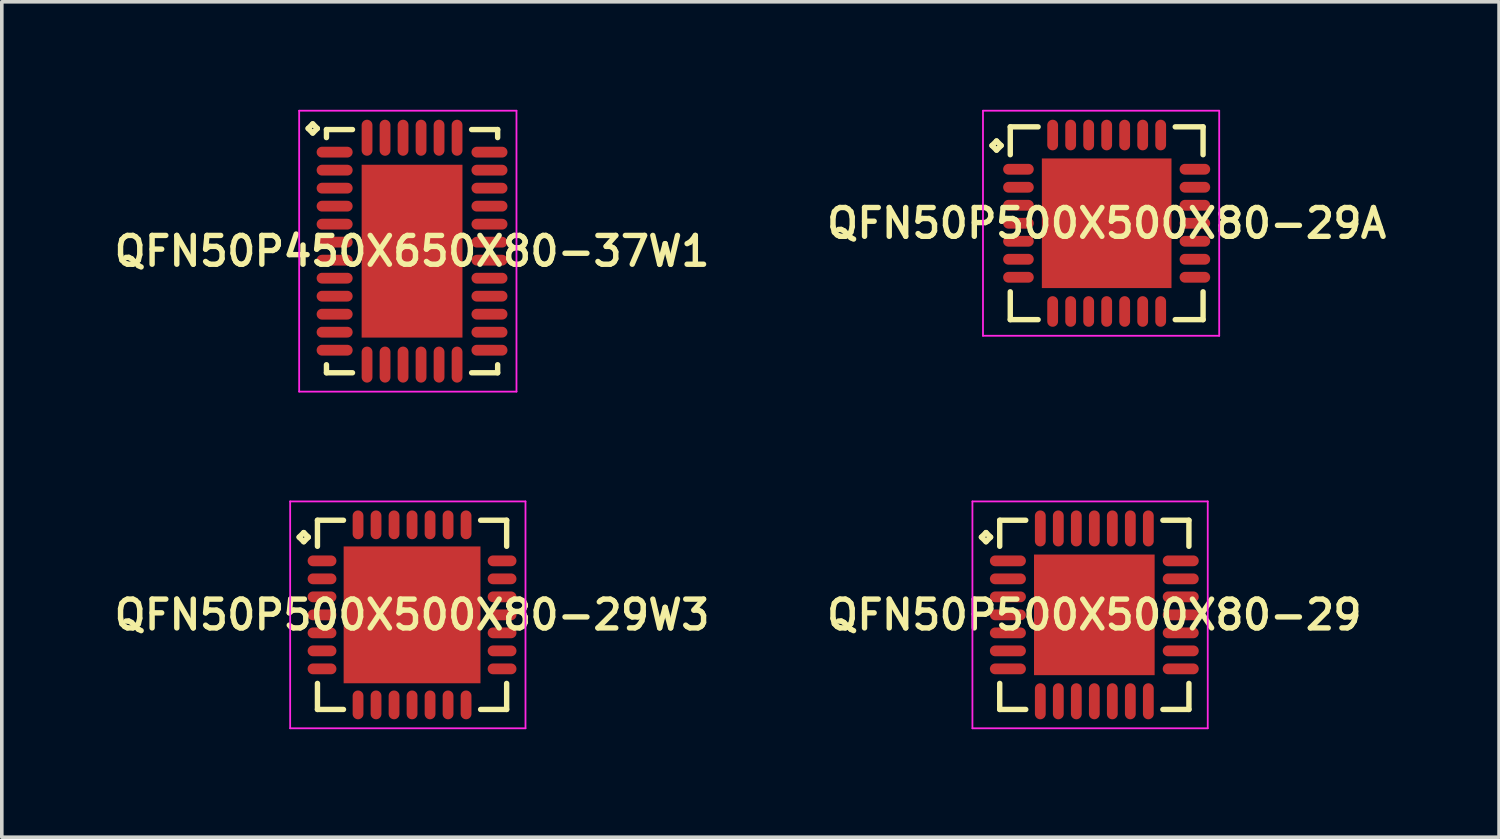
<source format=kicad_pcb>
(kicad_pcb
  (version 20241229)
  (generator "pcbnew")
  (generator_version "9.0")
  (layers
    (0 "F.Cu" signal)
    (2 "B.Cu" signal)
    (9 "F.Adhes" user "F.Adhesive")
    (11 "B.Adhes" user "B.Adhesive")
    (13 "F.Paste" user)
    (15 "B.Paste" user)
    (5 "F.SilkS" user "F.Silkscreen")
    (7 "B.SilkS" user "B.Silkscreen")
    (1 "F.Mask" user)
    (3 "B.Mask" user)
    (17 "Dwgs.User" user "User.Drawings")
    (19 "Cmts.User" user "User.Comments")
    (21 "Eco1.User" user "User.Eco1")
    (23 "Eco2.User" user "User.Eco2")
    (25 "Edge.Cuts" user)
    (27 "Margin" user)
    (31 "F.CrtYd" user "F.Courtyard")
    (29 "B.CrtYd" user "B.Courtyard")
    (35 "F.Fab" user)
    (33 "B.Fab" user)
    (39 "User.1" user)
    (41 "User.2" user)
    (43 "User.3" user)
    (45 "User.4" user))
  (footprint "QFN50P500X500X80-29A"
    (layer "F.Cu")
    (at 27.683 3.15)
    (property "Reference" "QFN50P500X500X80-29A" (at 0 0 0) (layer "F.SilkS") (effects (font (size 0.8 0.8) (thickness 0.15))))
    (attr smd)
    (fp_line (start -3.185 -2.158) (end -3.058 -2.285) (stroke (width 0.15) (type solid)) (layer "F.SilkS"))
    (fp_line (start -3.058 -2.285) (end -2.931 -2.158) (stroke (width 0.15) (type solid)) (layer "F.SilkS"))
    (fp_line (start -3.058 -2.031) (end -3.185 -2.158) (stroke (width 0.15) (type solid)) (layer "F.SilkS"))
    (fp_line (start -2.931 -2.158) (end -3.058 -2.031) (stroke (width 0.15) (type solid)) (layer "F.SilkS"))
    (fp_line (start -2.677 -2.677) (end -1.904 -2.677) (stroke (width 0.15) (type solid)) (layer "F.SilkS"))
    (fp_line (start -2.677 -1.904) (end -2.677 -2.677) (stroke (width 0.15) (type solid)) (layer "F.SilkS"))
    (fp_line (start -2.677 1.904) (end -2.677 2.677) (stroke (width 0.15) (type solid)) (layer "F.SilkS"))
    (fp_line (start -2.677 2.677) (end -1.904 2.677) (stroke (width 0.15) (type solid)) (layer "F.SilkS"))
    (fp_line (start 1.904 -2.677) (end 2.677 -2.677) (stroke (width 0.15) (type solid)) (layer "F.SilkS"))
    (fp_line (start 1.904 2.677) (end 2.677 2.677) (stroke (width 0.15) (type solid)) (layer "F.SilkS"))
    (fp_line (start 2.677 -2.677) (end 2.677 -1.904) (stroke (width 0.15) (type solid)) (layer "F.SilkS"))
    (fp_line (start 2.677 2.677) (end 2.677 1.904) (stroke (width 0.15) (type solid)) (layer "F.SilkS"))
    (fp_line (start -3.435 -3.125) (end 3.125 -3.125) (stroke (width 0.05) (type solid)) (layer "F.CrtYd"))
    (fp_line (start -3.435 3.125) (end -3.435 -3.125) (stroke (width 0.05) (type solid)) (layer "F.CrtYd"))
    (fp_line (start 3.125 -3.125) (end 3.125 3.125) (stroke (width 0.05) (type solid)) (layer "F.CrtYd"))
    (fp_line (start 3.125 3.125) (end -3.435 3.125) (stroke (width 0.05) (type solid)) (layer "F.CrtYd"))
    (pad "1" smd oval (at -2.45 -1.5) (size 0.85 0.3) (layers "F.Cu" "F.Mask" "F.Paste"))
    (pad "2" smd oval (at -2.45 -1) (size 0.85 0.3) (layers "F.Cu" "F.Mask" "F.Paste"))
    (pad "3" smd oval (at -2.45 -0.5) (size 0.85 0.3) (layers "F.Cu" "F.Mask" "F.Paste"))
    (pad "4" smd oval (at -2.45 0) (size 0.85 0.3) (layers "F.Cu" "F.Mask" "F.Paste"))
    (pad "5" smd oval (at -2.45 0.5) (size 0.85 0.3) (layers "F.Cu" "F.Mask" "F.Paste"))
    (pad "6" smd oval (at -2.45 1) (size 0.85 0.3) (layers "F.Cu" "F.Mask" "F.Paste"))
    (pad "7" smd oval (at -2.45 1.5) (size 0.85 0.3) (layers "F.Cu" "F.Mask" "F.Paste"))
    (pad "8" smd oval (at -1.5 2.45) (size 0.3 0.85) (layers "F.Cu" "F.Mask" "F.Paste"))
    (pad "9" smd oval (at -1 2.45) (size 0.3 0.85) (layers "F.Cu" "F.Mask" "F.Paste"))
    (pad "10" smd oval (at -0.5 2.45) (size 0.3 0.85) (layers "F.Cu" "F.Mask" "F.Paste"))
    (pad "11" smd oval (at 0 2.45) (size 0.3 0.85) (layers "F.Cu" "F.Mask" "F.Paste"))
    (pad "12" smd oval (at 0.5 2.45) (size 0.3 0.85) (layers "F.Cu" "F.Mask" "F.Paste"))
    (pad "13" smd oval (at 1 2.45) (size 0.3 0.85) (layers "F.Cu" "F.Mask" "F.Paste"))
    (pad "14" smd oval (at 1.5 2.45) (size 0.3 0.85) (layers "F.Cu" "F.Mask" "F.Paste"))
    (pad "15" smd oval (at 2.45 1.5) (size 0.85 0.3) (layers "F.Cu" "F.Mask" "F.Paste"))
    (pad "16" smd oval (at 2.45 1) (size 0.85 0.3) (layers "F.Cu" "F.Mask" "F.Paste"))
    (pad "17" smd oval (at 2.45 0.5) (size 0.85 0.3) (layers "F.Cu" "F.Mask" "F.Paste"))
    (pad "18" smd oval (at 2.45 0) (size 0.85 0.3) (layers "F.Cu" "F.Mask" "F.Paste"))
    (pad "19" smd oval (at 2.45 -0.5) (size 0.85 0.3) (layers "F.Cu" "F.Mask" "F.Paste"))
    (pad "20" smd oval (at 2.45 -1) (size 0.85 0.3) (layers "F.Cu" "F.Mask" "F.Paste"))
    (pad "21" smd oval (at 2.45 -1.5) (size 0.85 0.3) (layers "F.Cu" "F.Mask" "F.Paste"))
    (pad "22" smd oval (at 1.5 -2.45) (size 0.3 0.85) (layers "F.Cu" "F.Mask" "F.Paste"))
    (pad "23" smd oval (at 1 -2.45) (size 0.3 0.85) (layers "F.Cu" "F.Mask" "F.Paste"))
    (pad "24" smd oval (at 0.5 -2.45) (size 0.3 0.85) (layers "F.Cu" "F.Mask" "F.Paste"))
    (pad "25" smd oval (at 0 -2.45) (size 0.3 0.85) (layers "F.Cu" "F.Mask" "F.Paste"))
    (pad "26" smd oval (at -0.5 -2.45) (size 0.3 0.85) (layers "F.Cu" "F.Mask" "F.Paste"))
    (pad "27" smd oval (at -1 -2.45) (size 0.3 0.85) (layers "F.Cu" "F.Mask" "F.Paste"))
    (pad "28" smd oval (at -1.5 -2.45) (size 0.3 0.85) (layers "F.Cu" "F.Mask" "F.Paste"))
    (pad "29" smd rect (at 0 0) (size 3.6 3.6) (layers "F.Cu" "F.Mask" "F.Paste")))
  (footprint "QFN50P500X500X80-29"
    (layer "F.Cu")
    (at 27.34 14.025)
    (property "Reference" "QFN50P500X500X80-29" (at 0 0 0) (layer "F.SilkS") (effects (font (size 0.8 0.8) (thickness 0.15))))
    (attr smd)
    (fp_line (start -3.135 -2.158) (end -3.008 -2.285) (stroke (width 0.15) (type solid)) (layer "F.SilkS"))
    (fp_line (start -3.008 -2.285) (end -2.881 -2.158) (stroke (width 0.15) (type solid)) (layer "F.SilkS"))
    (fp_line (start -3.008 -2.031) (end -3.135 -2.158) (stroke (width 0.15) (type solid)) (layer "F.SilkS"))
    (fp_line (start -2.881 -2.158) (end -3.008 -2.031) (stroke (width 0.15) (type solid)) (layer "F.SilkS"))
    (fp_line (start -2.627 -2.627) (end -1.904 -2.627) (stroke (width 0.15) (type solid)) (layer "F.SilkS"))
    (fp_line (start -2.627 -1.904) (end -2.627 -2.627) (stroke (width 0.15) (type solid)) (layer "F.SilkS"))
    (fp_line (start -2.627 1.904) (end -2.627 2.627) (stroke (width 0.15) (type solid)) (layer "F.SilkS"))
    (fp_line (start -2.627 2.627) (end -1.904 2.627) (stroke (width 0.15) (type solid)) (layer "F.SilkS"))
    (fp_line (start 1.904 -2.627) (end 2.627 -2.627) (stroke (width 0.15) (type solid)) (layer "F.SilkS"))
    (fp_line (start 1.904 2.627) (end 2.627 2.627) (stroke (width 0.15) (type solid)) (layer "F.SilkS"))
    (fp_line (start 2.627 -2.627) (end 2.627 -1.904) (stroke (width 0.15) (type solid)) (layer "F.SilkS"))
    (fp_line (start 2.627 2.627) (end 2.627 1.904) (stroke (width 0.15) (type solid)) (layer "F.SilkS"))
    (fp_line (start -3.385 -3.15) (end 3.15 -3.15) (stroke (width 0.05) (type solid)) (layer "F.CrtYd"))
    (fp_line (start -3.385 3.15) (end -3.385 -3.15) (stroke (width 0.05) (type solid)) (layer "F.CrtYd"))
    (fp_line (start 3.15 -3.15) (end 3.15 3.15) (stroke (width 0.05) (type solid)) (layer "F.CrtYd"))
    (fp_line (start 3.15 3.15) (end -3.385 3.15) (stroke (width 0.05) (type solid)) (layer "F.CrtYd"))
    (pad "1" smd oval (at -2.4 -1.5) (size 1 0.3) (layers "F.Cu" "F.Mask" "F.Paste"))
    (pad "2" smd oval (at -2.4 -1) (size 1 0.3) (layers "F.Cu" "F.Mask" "F.Paste"))
    (pad "3" smd oval (at -2.4 -0.5) (size 1 0.3) (layers "F.Cu" "F.Mask" "F.Paste"))
    (pad "4" smd oval (at -2.4 0) (size 1 0.3) (layers "F.Cu" "F.Mask" "F.Paste"))
    (pad "5" smd oval (at -2.4 0.5) (size 1 0.3) (layers "F.Cu" "F.Mask" "F.Paste"))
    (pad "6" smd oval (at -2.4 1) (size 1 0.3) (layers "F.Cu" "F.Mask" "F.Paste"))
    (pad "7" smd oval (at -2.4 1.5) (size 1 0.3) (layers "F.Cu" "F.Mask" "F.Paste"))
    (pad "8" smd oval (at -1.5 2.4) (size 0.3 1) (layers "F.Cu" "F.Mask" "F.Paste"))
    (pad "9" smd oval (at -1 2.4) (size 0.3 1) (layers "F.Cu" "F.Mask" "F.Paste"))
    (pad "10" smd oval (at -0.5 2.4) (size 0.3 1) (layers "F.Cu" "F.Mask" "F.Paste"))
    (pad "11" smd oval (at 0 2.4) (size 0.3 1) (layers "F.Cu" "F.Mask" "F.Paste"))
    (pad "12" smd oval (at 0.5 2.4) (size 0.3 1) (layers "F.Cu" "F.Mask" "F.Paste"))
    (pad "13" smd oval (at 1 2.4) (size 0.3 1) (layers "F.Cu" "F.Mask" "F.Paste"))
    (pad "14" smd oval (at 1.5 2.4) (size 0.3 1) (layers "F.Cu" "F.Mask" "F.Paste"))
    (pad "15" smd oval (at 2.4 1.5) (size 1 0.3) (layers "F.Cu" "F.Mask" "F.Paste"))
    (pad "16" smd oval (at 2.4 1) (size 1 0.3) (layers "F.Cu" "F.Mask" "F.Paste"))
    (pad "17" smd oval (at 2.4 0.5) (size 1 0.3) (layers "F.Cu" "F.Mask" "F.Paste"))
    (pad "18" smd oval (at 2.4 0) (size 1 0.3) (layers "F.Cu" "F.Mask" "F.Paste"))
    (pad "19" smd oval (at 2.4 -0.5) (size 1 0.3) (layers "F.Cu" "F.Mask" "F.Paste"))
    (pad "20" smd oval (at 2.4 -1) (size 1 0.3) (layers "F.Cu" "F.Mask" "F.Paste"))
    (pad "21" smd oval (at 2.4 -1.5) (size 1 0.3) (layers "F.Cu" "F.Mask" "F.Paste"))
    (pad "22" smd oval (at 1.5 -2.4) (size 0.3 1) (layers "F.Cu" "F.Mask" "F.Paste"))
    (pad "23" smd oval (at 1 -2.4) (size 0.3 1) (layers "F.Cu" "F.Mask" "F.Paste"))
    (pad "24" smd oval (at 0.5 -2.4) (size 0.3 1) (layers "F.Cu" "F.Mask" "F.Paste"))
    (pad "25" smd oval (at 0 -2.4) (size 0.3 1) (layers "F.Cu" "F.Mask" "F.Paste"))
    (pad "26" smd oval (at -0.5 -2.4) (size 0.3 1) (layers "F.Cu" "F.Mask" "F.Paste"))
    (pad "27" smd oval (at -1 -2.4) (size 0.3 1) (layers "F.Cu" "F.Mask" "F.Paste"))
    (pad "28" smd oval (at -1.5 -2.4) (size 0.3 1) (layers "F.Cu" "F.Mask" "F.Paste"))
    (pad "29" smd rect (at 0 0) (size 3.35 3.35) (layers "F.Cu" "F.Mask" "F.Paste")))
  (footprint "QFN50P450X650X80-37W1"
    (layer "F.Cu")
    (at 8.393 3.925)
    (property "Reference" "QFN50P450X650X80-37W1" (at 0 0 0) (layer "F.SilkS") (effects (font (size 0.8 0.8) (thickness 0.15))))
    (attr smd)
    (fp_line (start -2.885 -3.408) (end -2.758 -3.535) (stroke (width 0.15) (type solid)) (layer "F.SilkS"))
    (fp_line (start -2.758 -3.535) (end -2.631 -3.408) (stroke (width 0.15) (type solid)) (layer "F.SilkS"))
    (fp_line (start -2.758 -3.281) (end -2.885 -3.408) (stroke (width 0.15) (type solid)) (layer "F.SilkS"))
    (fp_line (start -2.631 -3.408) (end -2.758 -3.281) (stroke (width 0.15) (type solid)) (layer "F.SilkS"))
    (fp_line (start -2.377 -3.377) (end -1.654 -3.377) (stroke (width 0.15) (type solid)) (layer "F.SilkS"))
    (fp_line (start -2.377 -3.154) (end -2.377 -3.377) (stroke (width 0.15) (type solid)) (layer "F.SilkS"))
    (fp_line (start -2.377 3.154) (end -2.377 3.377) (stroke (width 0.15) (type solid)) (layer "F.SilkS"))
    (fp_line (start -2.377 3.377) (end -1.654 3.377) (stroke (width 0.15) (type solid)) (layer "F.SilkS"))
    (fp_line (start 1.654 -3.377) (end 2.377 -3.377) (stroke (width 0.15) (type solid)) (layer "F.SilkS"))
    (fp_line (start 1.654 3.377) (end 2.377 3.377) (stroke (width 0.15) (type solid)) (layer "F.SilkS"))
    (fp_line (start 2.377 -3.377) (end 2.377 -3.154) (stroke (width 0.15) (type solid)) (layer "F.SilkS"))
    (fp_line (start 2.377 3.377) (end 2.377 3.154) (stroke (width 0.15) (type solid)) (layer "F.SilkS"))
    (fp_line (start -3.135 -3.9) (end 2.9 -3.9) (stroke (width 0.05) (type solid)) (layer "F.CrtYd"))
    (fp_line (start -3.135 3.9) (end -3.135 -3.9) (stroke (width 0.05) (type solid)) (layer "F.CrtYd"))
    (fp_line (start 2.9 -3.9) (end 2.9 3.9) (stroke (width 0.05) (type solid)) (layer "F.CrtYd"))
    (fp_line (start 2.9 3.9) (end -3.135 3.9) (stroke (width 0.05) (type solid)) (layer "F.CrtYd"))
    (pad "1" smd oval (at -2.15 -2.75) (size 1 0.3) (layers "F.Cu" "F.Mask" "F.Paste"))
    (pad "2" smd oval (at -2.15 -2.25) (size 1 0.3) (layers "F.Cu" "F.Mask" "F.Paste"))
    (pad "3" smd oval (at -2.15 -1.75) (size 1 0.3) (layers "F.Cu" "F.Mask" "F.Paste"))
    (pad "4" smd oval (at -2.15 -1.25) (size 1 0.3) (layers "F.Cu" "F.Mask" "F.Paste"))
    (pad "5" smd oval (at -2.15 -0.75) (size 1 0.3) (layers "F.Cu" "F.Mask" "F.Paste"))
    (pad "6" smd oval (at -2.15 -0.25) (size 1 0.3) (layers "F.Cu" "F.Mask" "F.Paste"))
    (pad "7" smd oval (at -2.15 0.25) (size 1 0.3) (layers "F.Cu" "F.Mask" "F.Paste"))
    (pad "8" smd oval (at -2.15 0.75) (size 1 0.3) (layers "F.Cu" "F.Mask" "F.Paste"))
    (pad "9" smd oval (at -2.15 1.25) (size 1 0.3) (layers "F.Cu" "F.Mask" "F.Paste"))
    (pad "10" smd oval (at -2.15 1.75) (size 1 0.3) (layers "F.Cu" "F.Mask" "F.Paste"))
    (pad "11" smd oval (at -2.15 2.25) (size 1 0.3) (layers "F.Cu" "F.Mask" "F.Paste"))
    (pad "12" smd oval (at -2.15 2.75) (size 1 0.3) (layers "F.Cu" "F.Mask" "F.Paste"))
    (pad "13" smd oval (at -1.25 3.15) (size 0.3 1) (layers "F.Cu" "F.Mask" "F.Paste"))
    (pad "14" smd oval (at -0.75 3.15) (size 0.3 1) (layers "F.Cu" "F.Mask" "F.Paste"))
    (pad "15" smd oval (at -0.25 3.15) (size 0.3 1) (layers "F.Cu" "F.Mask" "F.Paste"))
    (pad "16" smd oval (at 0.25 3.15) (size 0.3 1) (layers "F.Cu" "F.Mask" "F.Paste"))
    (pad "17" smd oval (at 0.75 3.15) (size 0.3 1) (layers "F.Cu" "F.Mask" "F.Paste"))
    (pad "18" smd oval (at 1.25 3.15) (size 0.3 1) (layers "F.Cu" "F.Mask" "F.Paste"))
    (pad "19" smd oval (at 2.15 2.75) (size 1 0.3) (layers "F.Cu" "F.Mask" "F.Paste"))
    (pad "20" smd oval (at 2.15 2.25) (size 1 0.3) (layers "F.Cu" "F.Mask" "F.Paste"))
    (pad "21" smd oval (at 2.15 1.75) (size 1 0.3) (layers "F.Cu" "F.Mask" "F.Paste"))
    (pad "22" smd oval (at 2.15 1.25) (size 1 0.3) (layers "F.Cu" "F.Mask" "F.Paste"))
    (pad "23" smd oval (at 2.15 0.75) (size 1 0.3) (layers "F.Cu" "F.Mask" "F.Paste"))
    (pad "24" smd oval (at 2.15 0.25) (size 1 0.3) (layers "F.Cu" "F.Mask" "F.Paste"))
    (pad "25" smd oval (at 2.15 -0.25) (size 1 0.3) (layers "F.Cu" "F.Mask" "F.Paste"))
    (pad "26" smd oval (at 2.15 -0.75) (size 1 0.3) (layers "F.Cu" "F.Mask" "F.Paste"))
    (pad "27" smd oval (at 2.15 -1.25) (size 1 0.3) (layers "F.Cu" "F.Mask" "F.Paste"))
    (pad "28" smd oval (at 2.15 -1.75) (size 1 0.3) (layers "F.Cu" "F.Mask" "F.Paste"))
    (pad "29" smd oval (at 2.15 -2.25) (size 1 0.3) (layers "F.Cu" "F.Mask" "F.Paste"))
    (pad "30" smd oval (at 2.15 -2.75) (size 1 0.3) (layers "F.Cu" "F.Mask" "F.Paste"))
    (pad "31" smd oval (at 1.25 -3.15) (size 0.3 1) (layers "F.Cu" "F.Mask" "F.Paste"))
    (pad "32" smd oval (at 0.75 -3.15) (size 0.3 1) (layers "F.Cu" "F.Mask" "F.Paste"))
    (pad "33" smd oval (at 0.25 -3.15) (size 0.3 1) (layers "F.Cu" "F.Mask" "F.Paste"))
    (pad "34" smd oval (at -0.25 -3.15) (size 0.3 1) (layers "F.Cu" "F.Mask" "F.Paste"))
    (pad "35" smd oval (at -0.75 -3.15) (size 0.3 1) (layers "F.Cu" "F.Mask" "F.Paste"))
    (pad "36" smd oval (at -1.25 -3.15) (size 0.3 1) (layers "F.Cu" "F.Mask" "F.Paste"))
    (pad "37" smd rect (at 0 0) (size 2.8 4.8) (layers "F.Cu" "F.Mask" "F.Paste")))
  (footprint "QFN50P500X500X80-29W3"
    (layer "F.Cu")
    (at 8.393 14.025)
    (property "Reference" "QFN50P500X500X80-29W3" (at 0 0 0) (layer "F.SilkS") (effects (font (size 0.8 0.8) (thickness 0.15))))
    (attr smd)
    (fp_line (start -3.135 -2.158) (end -3.008 -2.285) (stroke (width 0.15) (type solid)) (layer "F.SilkS"))
    (fp_line (start -3.008 -2.285) (end -2.881 -2.158) (stroke (width 0.15) (type solid)) (layer "F.SilkS"))
    (fp_line (start -3.008 -2.031) (end -3.135 -2.158) (stroke (width 0.15) (type solid)) (layer "F.SilkS"))
    (fp_line (start -2.881 -2.158) (end -3.008 -2.031) (stroke (width 0.15) (type solid)) (layer "F.SilkS"))
    (fp_line (start -2.627 -2.627) (end -1.904 -2.627) (stroke (width 0.15) (type solid)) (layer "F.SilkS"))
    (fp_line (start -2.627 -1.904) (end -2.627 -2.627) (stroke (width 0.15) (type solid)) (layer "F.SilkS"))
    (fp_line (start -2.627 1.904) (end -2.627 2.627) (stroke (width 0.15) (type solid)) (layer "F.SilkS"))
    (fp_line (start -2.627 2.627) (end -1.904 2.627) (stroke (width 0.15) (type solid)) (layer "F.SilkS"))
    (fp_line (start 1.904 -2.627) (end 2.627 -2.627) (stroke (width 0.15) (type solid)) (layer "F.SilkS"))
    (fp_line (start 1.904 2.627) (end 2.627 2.627) (stroke (width 0.15) (type solid)) (layer "F.SilkS"))
    (fp_line (start 2.627 -2.627) (end 2.627 -1.904) (stroke (width 0.15) (type solid)) (layer "F.SilkS"))
    (fp_line (start 2.627 2.627) (end 2.627 1.904) (stroke (width 0.15) (type solid)) (layer "F.SilkS"))
    (fp_line (start -3.385 -3.15) (end 3.15 -3.15) (stroke (width 0.05) (type solid)) (layer "F.CrtYd"))
    (fp_line (start -3.385 3.15) (end -3.385 -3.15) (stroke (width 0.05) (type solid)) (layer "F.CrtYd"))
    (fp_line (start 3.15 -3.15) (end 3.15 3.15) (stroke (width 0.05) (type solid)) (layer "F.CrtYd"))
    (fp_line (start 3.15 3.15) (end -3.385 3.15) (stroke (width 0.05) (type solid)) (layer "F.CrtYd"))
    (pad "1" smd oval (at -2.5 -1.5) (size 0.8 0.3) (layers "F.Cu" "F.Mask" "F.Paste"))
    (pad "2" smd oval (at -2.5 -1) (size 0.8 0.3) (layers "F.Cu" "F.Mask" "F.Paste"))
    (pad "3" smd oval (at -2.5 -0.5) (size 0.8 0.3) (layers "F.Cu" "F.Mask" "F.Paste"))
    (pad "4" smd oval (at -2.5 0) (size 0.8 0.3) (layers "F.Cu" "F.Mask" "F.Paste"))
    (pad "5" smd oval (at -2.5 0.5) (size 0.8 0.3) (layers "F.Cu" "F.Mask" "F.Paste"))
    (pad "6" smd oval (at -2.5 1) (size 0.8 0.3) (layers "F.Cu" "F.Mask" "F.Paste"))
    (pad "7" smd oval (at -2.5 1.5) (size 0.8 0.3) (layers "F.Cu" "F.Mask" "F.Paste"))
    (pad "8" smd oval (at -1.5 2.5) (size 0.3 0.8) (layers "F.Cu" "F.Mask" "F.Paste"))
    (pad "9" smd oval (at -1 2.5) (size 0.3 0.8) (layers "F.Cu" "F.Mask" "F.Paste"))
    (pad "10" smd oval (at -0.5 2.5) (size 0.3 0.8) (layers "F.Cu" "F.Mask" "F.Paste"))
    (pad "11" smd oval (at 0 2.5) (size 0.3 0.8) (layers "F.Cu" "F.Mask" "F.Paste"))
    (pad "12" smd oval (at 0.5 2.5) (size 0.3 0.8) (layers "F.Cu" "F.Mask" "F.Paste"))
    (pad "13" smd oval (at 1 2.5) (size 0.3 0.8) (layers "F.Cu" "F.Mask" "F.Paste"))
    (pad "14" smd oval (at 1.5 2.5) (size 0.3 0.8) (layers "F.Cu" "F.Mask" "F.Paste"))
    (pad "15" smd oval (at 2.5 1.5) (size 0.8 0.3) (layers "F.Cu" "F.Mask" "F.Paste"))
    (pad "16" smd oval (at 2.5 1) (size 0.8 0.3) (layers "F.Cu" "F.Mask" "F.Paste"))
    (pad "17" smd oval (at 2.5 0.5) (size 0.8 0.3) (layers "F.Cu" "F.Mask" "F.Paste"))
    (pad "18" smd oval (at 2.5 0) (size 0.8 0.3) (layers "F.Cu" "F.Mask" "F.Paste"))
    (pad "19" smd oval (at 2.5 -0.5) (size 0.8 0.3) (layers "F.Cu" "F.Mask" "F.Paste"))
    (pad "20" smd oval (at 2.5 -1) (size 0.8 0.3) (layers "F.Cu" "F.Mask" "F.Paste"))
    (pad "21" smd oval (at 2.5 -1.5) (size 0.8 0.3) (layers "F.Cu" "F.Mask" "F.Paste"))
    (pad "22" smd oval (at 1.5 -2.5) (size 0.3 0.8) (layers "F.Cu" "F.Mask" "F.Paste"))
    (pad "23" smd oval (at 1 -2.5) (size 0.3 0.8) (layers "F.Cu" "F.Mask" "F.Paste"))
    (pad "24" smd oval (at 0.5 -2.5) (size 0.3 0.8) (layers "F.Cu" "F.Mask" "F.Paste"))
    (pad "25" smd oval (at 0 -2.5) (size 0.3 0.8) (layers "F.Cu" "F.Mask" "F.Paste"))
    (pad "26" smd oval (at -0.5 -2.5) (size 0.3 0.8) (layers "F.Cu" "F.Mask" "F.Paste"))
    (pad "27" smd oval (at -1 -2.5) (size 0.3 0.8) (layers "F.Cu" "F.Mask" "F.Paste"))
    (pad "28" smd oval (at -1.5 -2.5) (size 0.3 0.8) (layers "F.Cu" "F.Mask" "F.Paste"))
    (pad "29" smd rect (at 0 0) (size 3.8 3.8) (layers "F.Cu" "F.Mask" "F.Paste")))
  (gr_rect
    (start -3 -3)
    (end 38.58 20.2)
    (stroke (width 0.1) (type default))
    (fill no)
    (layer "Edge.Cuts")))
</source>
